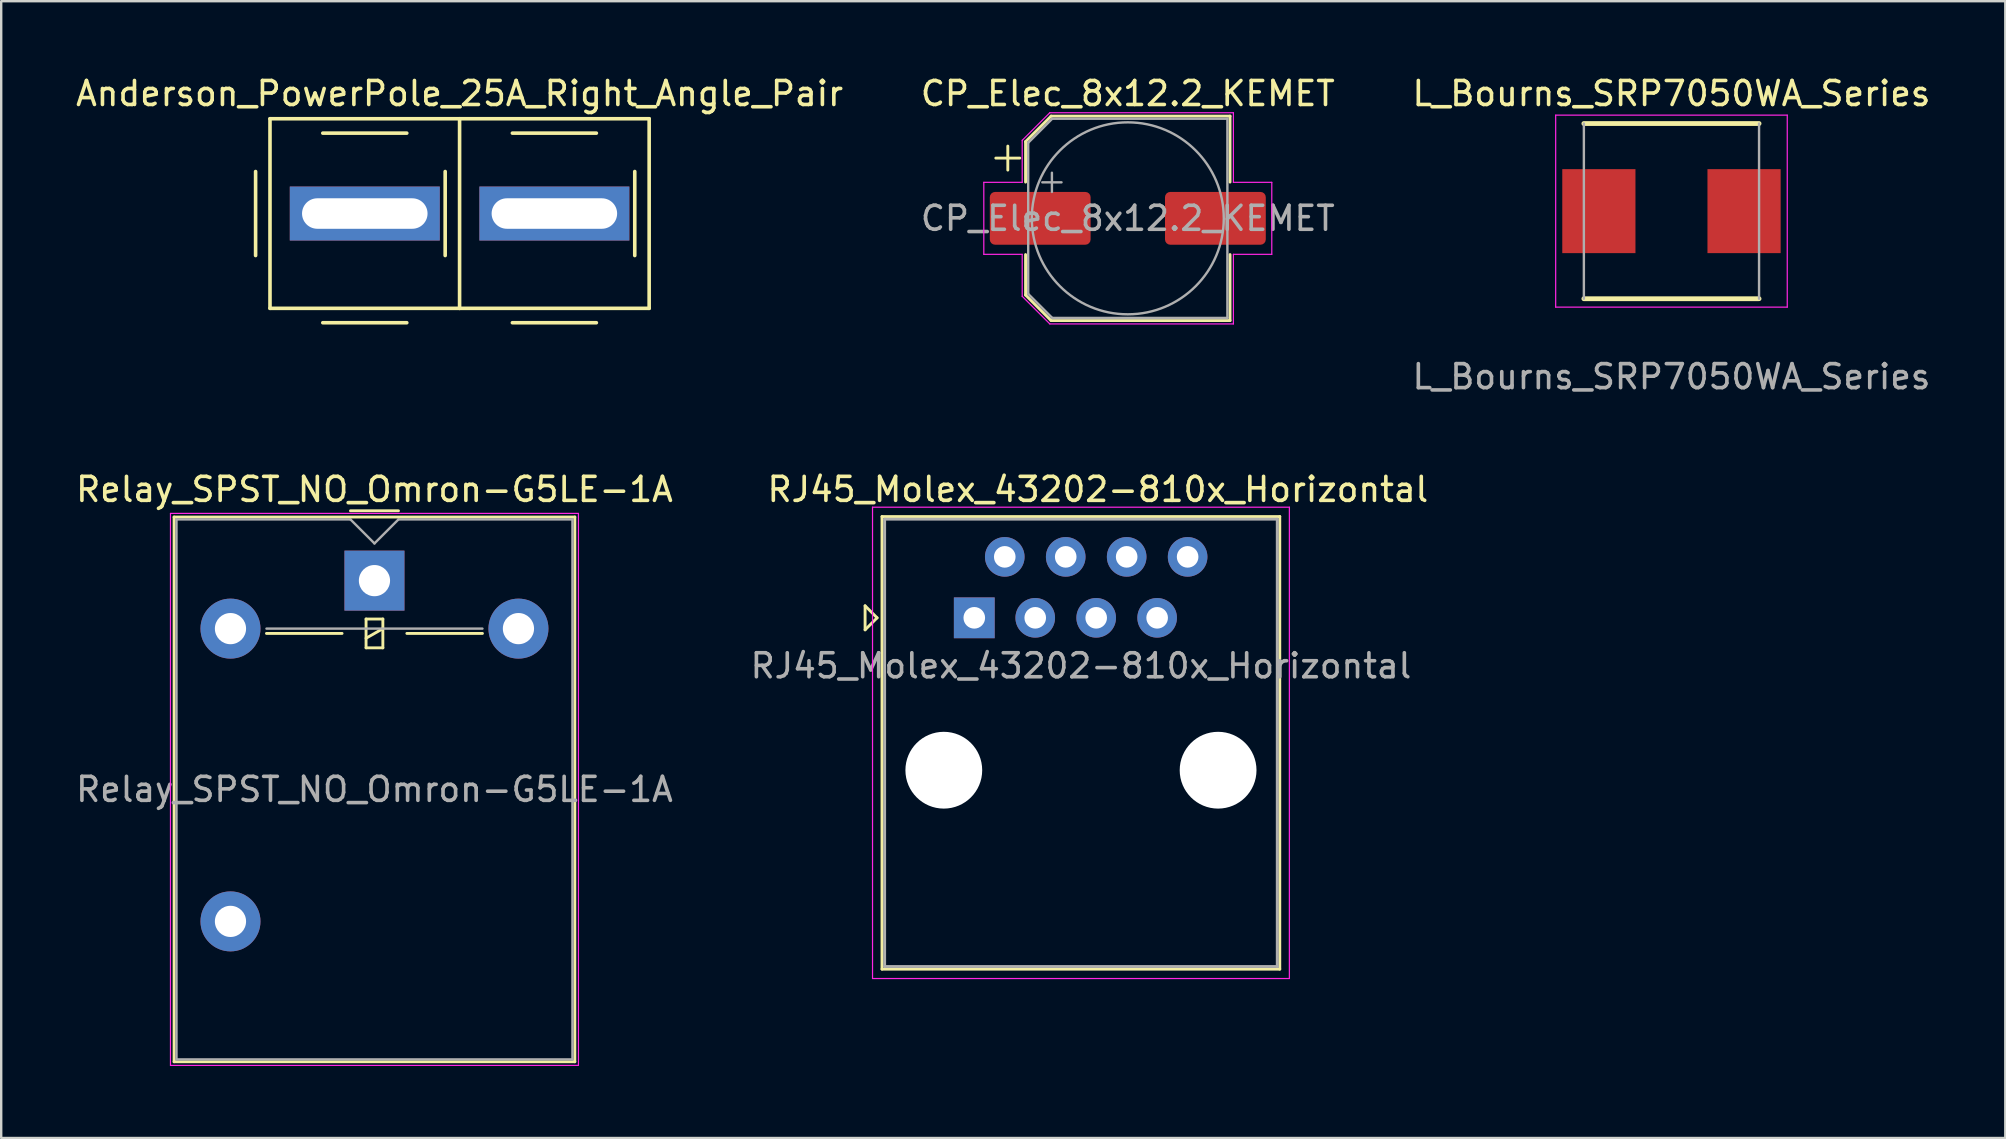
<source format=kicad_pcb>
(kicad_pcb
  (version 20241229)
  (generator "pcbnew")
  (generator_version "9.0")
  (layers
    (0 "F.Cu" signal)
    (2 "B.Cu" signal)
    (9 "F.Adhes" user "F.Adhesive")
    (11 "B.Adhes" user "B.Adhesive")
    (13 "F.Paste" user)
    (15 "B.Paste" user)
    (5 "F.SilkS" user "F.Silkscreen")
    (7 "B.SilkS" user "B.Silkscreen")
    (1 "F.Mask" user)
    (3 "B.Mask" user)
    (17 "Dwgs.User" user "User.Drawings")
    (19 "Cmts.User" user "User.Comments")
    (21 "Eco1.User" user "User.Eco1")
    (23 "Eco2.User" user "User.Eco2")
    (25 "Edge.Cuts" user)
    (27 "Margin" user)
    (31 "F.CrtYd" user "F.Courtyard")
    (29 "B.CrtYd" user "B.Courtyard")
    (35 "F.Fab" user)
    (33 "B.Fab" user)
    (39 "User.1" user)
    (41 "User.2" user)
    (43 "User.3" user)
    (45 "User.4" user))
  (footprint "L_Bourns_SRP7050WA_Series"
    (layer "F.Cu")
    (at 66.601 5.748)
    (property "Reference" "L_Bourns_SRP7050WA_Series" (at 0 -4.9 0) (layer "F.SilkS") (effects (font (size 1 1) (thickness 0.15))))
    (attr smd)
    (fp_line (start -3.65 3.65) (end 3.65 3.65) (stroke (width 0.2) (type solid)) (layer "F.SilkS"))
    (fp_line (start 3.65 -3.65) (end -3.65 -3.65) (stroke (width 0.2) (type solid)) (layer "F.SilkS"))
    (fp_line (start -4.825 -4) (end 4.825 -4) (stroke (width 0.05) (type solid)) (layer "F.CrtYd"))
    (fp_line (start -4.825 4) (end -4.825 -4) (stroke (width 0.05) (type solid)) (layer "F.CrtYd"))
    (fp_line (start 4.825 -4) (end 4.825 4) (stroke (width 0.05) (type solid)) (layer "F.CrtYd"))
    (fp_line (start 4.825 4) (end -4.825 4) (stroke (width 0.05) (type solid)) (layer "F.CrtYd"))
    (fp_line (start -3.65 3.65) (end -3.65 -3.65) (stroke (width 0.1) (type solid)) (layer "F.Fab"))
    (fp_line (start 3.65 -3.65) (end 3.65 3.65) (stroke (width 0.1) (type solid)) (layer "F.Fab"))
    (fp_text user "${REFERENCE}" (at 0 6.9 0) (layer "F.Fab") (effects (font (size 1 1) (thickness 0.15))))
    (pad "1" smd rect (at -3.025 0) (size 3.05 3.5) (layers "F.Cu" "F.Mask" "F.Paste"))
    (pad "2" smd rect (at 3.025 0) (size 3.05 3.5) (layers "F.Cu" "F.Mask" "F.Paste")))
  (footprint "Relay_SPST_NO_Omron-G5LE-1A"
    (layer "F.Cu")
    (at 12.554 21.145)
    (property "Reference" "Relay_SPST_NO_Omron-G5LE-1A" (at 0 -3.8 0) (layer "F.SilkS") (effects (font (size 1 1) (thickness 0.15))))
    (attr through_hole)
    (fp_line (start -8.35 -2.65) (end -8.35 20.05) (stroke (width 0.12) (type solid)) (layer "F.SilkS"))
    (fp_line (start -8.35 20.05) (end 8.35 20.05) (stroke (width 0.12) (type solid)) (layer "F.SilkS"))
    (fp_line (start -4.5 2.2) (end -1.35 2.2) (stroke (width 0.12) (type solid)) (layer "F.SilkS"))
    (fp_line (start -1 -2.91) (end 1 -2.91) (stroke (width 0.12) (type solid)) (layer "F.SilkS"))
    (fp_line (start -0.35 1.6) (end -0.35 2.8) (stroke (width 0.12) (type solid)) (layer "F.SilkS"))
    (fp_line (start -0.35 2.4) (end 0.35 2) (stroke (width 0.12) (type solid)) (layer "F.SilkS"))
    (fp_line (start -0.35 2.8) (end 0.35 2.8) (stroke (width 0.12) (type solid)) (layer "F.SilkS"))
    (fp_line (start 0.35 1.6) (end -0.35 1.6) (stroke (width 0.12) (type solid)) (layer "F.SilkS"))
    (fp_line (start 0.35 2.8) (end 0.35 1.6) (stroke (width 0.12) (type solid)) (layer "F.SilkS"))
    (fp_line (start 1.35 2.2) (end 4.5 2.2) (stroke (width 0.12) (type solid)) (layer "F.SilkS"))
    (fp_line (start 8.35 -2.65) (end -8.35 -2.65) (stroke (width 0.12) (type solid)) (layer "F.SilkS"))
    (fp_line (start 8.35 20.05) (end 8.35 -2.65) (stroke (width 0.12) (type solid)) (layer "F.SilkS"))
    (fp_line (start -8.5 -2.8) (end -8.5 20.2) (stroke (width 0.05) (type solid)) (layer "F.CrtYd"))
    (fp_line (start -8.5 20.2) (end 8.5 20.2) (stroke (width 0.05) (type solid)) (layer "F.CrtYd"))
    (fp_line (start 8.5 -2.8) (end -8.5 -2.8) (stroke (width 0.05) (type solid)) (layer "F.CrtYd"))
    (fp_line (start 8.5 20.2) (end 8.5 -2.8) (stroke (width 0.05) (type solid)) (layer "F.CrtYd"))
    (fp_line (start -8.25 -2.55) (end -1 -2.55) (stroke (width 0.1) (type solid)) (layer "F.Fab"))
    (fp_line (start -8.25 19.95) (end -8.25 -2.55) (stroke (width 0.1) (type solid)) (layer "F.Fab"))
    (fp_line (start -4.5 2) (end 4.5 2) (stroke (width 0.1) (type solid)) (layer "F.Fab"))
    (fp_line (start -1 -2.55) (end 0 -1.55) (stroke (width 0.1) (type solid)) (layer "F.Fab"))
    (fp_line (start 0 -1.55) (end 1 -2.55) (stroke (width 0.1) (type solid)) (layer "F.Fab"))
    (fp_line (start 1 -2.55) (end 8.25 -2.55) (stroke (width 0.1) (type solid)) (layer "F.Fab"))
    (fp_line (start 8.25 -2.55) (end 8.25 19.95) (stroke (width 0.1) (type solid)) (layer "F.Fab"))
    (fp_line (start 8.25 19.95) (end -8.25 19.95) (stroke (width 0.1) (type solid)) (layer "F.Fab"))
    (fp_text user "${REFERENCE}" (at 0 8.7 0) (layer "F.Fab") (effects (font (size 1 1) (thickness 0.15))))
    (pad "1" thru_hole rect (at 0 0) (size 2.5 2.5) (drill 1.3) (layers "*.Cu" "*.Mask"))
    (pad "2" thru_hole oval (at -6 2) (size 2.5 2.5) (drill 1.3) (layers "*.Cu" "*.Mask"))
    (pad "3" thru_hole oval (at -6 14.2) (size 2.5 2.5) (drill 1.3) (layers "*.Cu" "*.Mask"))
    (pad "5" thru_hole oval (at 6 2) (size 2.5 2.5) (drill 1.3) (layers "*.Cu" "*.Mask")))
  (footprint "Anderson_PowerPole_25A_Right_Angle_Pair"
    (layer "F.Cu")
    (at 16.101 5.848)
    (property "Reference" "Anderson_PowerPole_25A_Right_Angle_Pair" (at 0 -5 0) (layer "F.SilkS") (effects (font (size 1 1) (thickness 0.15))))
    (attr through_hole)
    (fp_line (start -8.5 -1.75) (end -8.5 1.75) (stroke (width 0.15) (type solid)) (layer "F.SilkS"))
    (fp_line (start -7.9 -3.95) (end -7.9 3.95) (stroke (width 0.15) (type solid)) (layer "F.SilkS"))
    (fp_line (start -7.9 -3.95) (end 0 -3.95) (stroke (width 0.15) (type solid)) (layer "F.SilkS"))
    (fp_line (start -7.9 3.95) (end 0 3.95) (stroke (width 0.15) (type solid)) (layer "F.SilkS"))
    (fp_line (start -5.7 -3.35) (end -2.2 -3.35) (stroke (width 0.15) (type solid)) (layer "F.SilkS"))
    (fp_line (start -5.7 4.55) (end -2.2 4.55) (stroke (width 0.15) (type solid)) (layer "F.SilkS"))
    (fp_line (start -0.6 -1.75) (end -0.6 1.75) (stroke (width 0.15) (type solid)) (layer "F.SilkS"))
    (fp_line (start 0 -3.95) (end 0 3.95) (stroke (width 0.15) (type solid)) (layer "F.SilkS"))
    (fp_line (start 0 -3.95) (end 7.9 -3.95) (stroke (width 0.15) (type solid)) (layer "F.SilkS"))
    (fp_line (start 0 3.95) (end 7.9 3.95) (stroke (width 0.15) (type solid)) (layer "F.SilkS"))
    (fp_line (start 2.2 -3.35) (end 5.7 -3.35) (stroke (width 0.15) (type solid)) (layer "F.SilkS"))
    (fp_line (start 2.2 4.55) (end 5.7 4.55) (stroke (width 0.15) (type solid)) (layer "F.SilkS"))
    (fp_line (start 7.3 -1.75) (end 7.3 1.75) (stroke (width 0.15) (type solid)) (layer "F.SilkS"))
    (fp_line (start 7.9 -3.95) (end 7.9 3.95) (stroke (width 0.15) (type solid)) (layer "F.SilkS"))
    (pad "1" thru_hole rect (at -3.95 0) (size 6.25 2.25) (drill oval 5.23 1.27) (layers "*.Cu" "*.Mask"))
    (pad "2" thru_hole rect (at 3.95 0) (size 6.25 2.25) (drill oval 5.23 1.27) (layers "*.Cu" "*.Mask")))
  (footprint "RJ45_Molex_43202-810x_Horizontal"
    (layer "F.Cu")
    (at 37.549 22.695)
    (property "Reference" "RJ45_Molex_43202-810x_Horizontal" (at 5.15 -5.35 0) (layer "F.SilkS") (effects (font (size 1 1) (thickness 0.15))))
    (attr through_hole)
    (fp_line (start -4.55 -0.5) (end -4.55 0.5) (stroke (width 0.12) (type solid)) (layer "F.SilkS"))
    (fp_line (start -4.55 0.5) (end -4.05 0) (stroke (width 0.12) (type solid)) (layer "F.SilkS"))
    (fp_line (start -4.05 0) (end -4.55 -0.5) (stroke (width 0.12) (type solid)) (layer "F.SilkS"))
    (fp_line (start -3.845 -4.22) (end -3.845 14.64) (stroke (width 0.12) (type solid)) (layer "F.SilkS"))
    (fp_line (start -3.845 14.64) (end 12.73 14.64) (stroke (width 0.12) (type solid)) (layer "F.SilkS"))
    (fp_line (start 12.73 -4.22) (end -3.845 -4.22) (stroke (width 0.12) (type solid)) (layer "F.SilkS"))
    (fp_line (start 12.73 -4.22) (end 12.73 14.64) (stroke (width 0.12) (type solid)) (layer "F.SilkS"))
    (fp_line (start -4.24 -4.61) (end -4.24 15.03) (stroke (width 0.05) (type solid)) (layer "F.CrtYd"))
    (fp_line (start -4.24 -4.61) (end 13.13 -4.61) (stroke (width 0.05) (type solid)) (layer "F.CrtYd"))
    (fp_line (start 13.13 15.03) (end -4.24 15.03) (stroke (width 0.05) (type solid)) (layer "F.CrtYd"))
    (fp_line (start 13.13 15.03) (end 13.13 -4.61) (stroke (width 0.05) (type solid)) (layer "F.CrtYd"))
    (fp_line (start -3.735 -4.11) (end 12.625 -4.11) (stroke (width 0.12) (type solid)) (layer "F.Fab"))
    (fp_line (start -3.735 14.53) (end -3.735 -4.11) (stroke (width 0.12) (type solid)) (layer "F.Fab"))
    (fp_line (start 12.625 -4.11) (end 12.625 14.53) (stroke (width 0.12) (type solid)) (layer "F.Fab"))
    (fp_line (start 12.625 14.53) (end -3.735 14.53) (stroke (width 0.12) (type solid)) (layer "F.Fab"))
    (fp_text user "${REFERENCE}" (at 4.445 2 0) (layer "F.Fab") (effects (font (size 1 1) (thickness 0.15))))
    (pad "" np_thru_hole circle (at -1.27 6.35) (size 3.2 3.2) (drill 3.2) (layers "*.Cu" "*.Mask"))
    (pad "" np_thru_hole circle (at 10.16 6.35) (size 3.2 3.2) (drill 3.2) (layers "*.Cu" "*.Mask"))
    (pad "1" thru_hole rect (at 0 0) (size 1.7 1.7) (drill 0.9) (layers "*.Cu" "*.Mask"))
    (pad "2" thru_hole circle (at 1.27 -2.54) (size 1.65 1.65) (drill 0.9) (layers "*.Cu" "*.Mask"))
    (pad "3" thru_hole circle (at 2.54 0) (size 1.65 1.65) (drill 0.9) (layers "*.Cu" "*.Mask"))
    (pad "4" thru_hole circle (at 3.81 -2.54) (size 1.65 1.65) (drill 0.9) (layers "*.Cu" "*.Mask"))
    (pad "5" thru_hole circle (at 5.08 0) (size 1.65 1.65) (drill 0.9) (layers "*.Cu" "*.Mask"))
    (pad "6" thru_hole circle (at 6.35 -2.54) (size 1.65 1.65) (drill 0.9) (layers "*.Cu" "*.Mask"))
    (pad "7" thru_hole circle (at 7.62 0) (size 1.65 1.65) (drill 0.9) (layers "*.Cu" "*.Mask"))
    (pad "8" thru_hole circle (at 8.89 -2.54) (size 1.65 1.65) (drill 0.9) (layers "*.Cu" "*.Mask")))
  (footprint "CP_Elec_8x12.2_KEMET"
    (layer "F.Cu")
    (at 43.946 6.048)
    (property "Reference" "CP_Elec_8x12.2_KEMET" (at 0 -5.2 0) (layer "F.SilkS") (effects (font (size 1 1) (thickness 0.15))))
    (attr smd)
    (fp_line (start -5.5 -2.51) (end -4.5 -2.51) (stroke (width 0.12) (type solid)) (layer "F.SilkS"))
    (fp_line (start -5 -3.01) (end -5 -2.01) (stroke (width 0.12) (type solid)) (layer "F.SilkS"))
    (fp_line (start -4.26 -3.196) (end -4.26 -1.51) (stroke (width 0.12) (type solid)) (layer "F.SilkS"))
    (fp_line (start -4.26 -3.196) (end -3.196 -4.26) (stroke (width 0.12) (type solid)) (layer "F.SilkS"))
    (fp_line (start -4.26 3.196) (end -4.26 1.51) (stroke (width 0.12) (type solid)) (layer "F.SilkS"))
    (fp_line (start -4.26 3.196) (end -3.196 4.26) (stroke (width 0.12) (type solid)) (layer "F.SilkS"))
    (fp_line (start -3.196 -4.26) (end 4.26 -4.26) (stroke (width 0.12) (type solid)) (layer "F.SilkS"))
    (fp_line (start -3.196 4.26) (end 4.26 4.26) (stroke (width 0.12) (type solid)) (layer "F.SilkS"))
    (fp_line (start 4.26 -4.26) (end 4.26 -1.51) (stroke (width 0.12) (type solid)) (layer "F.SilkS"))
    (fp_line (start 4.26 4.26) (end 4.26 1.51) (stroke (width 0.12) (type solid)) (layer "F.SilkS"))
    (fp_line (start -6 -1.5) (end -6 1.5) (stroke (width 0.05) (type solid)) (layer "F.CrtYd"))
    (fp_line (start -6 1.5) (end -4.4 1.5) (stroke (width 0.05) (type solid)) (layer "F.CrtYd"))
    (fp_line (start -4.4 -3.25) (end -4.4 -1.5) (stroke (width 0.05) (type solid)) (layer "F.CrtYd"))
    (fp_line (start -4.4 -3.25) (end -3.25 -4.4) (stroke (width 0.05) (type solid)) (layer "F.CrtYd"))
    (fp_line (start -4.4 -1.5) (end -6 -1.5) (stroke (width 0.05) (type solid)) (layer "F.CrtYd"))
    (fp_line (start -4.4 1.5) (end -4.4 3.25) (stroke (width 0.05) (type solid)) (layer "F.CrtYd"))
    (fp_line (start -4.4 3.25) (end -3.25 4.4) (stroke (width 0.05) (type solid)) (layer "F.CrtYd"))
    (fp_line (start -3.25 -4.4) (end 4.4 -4.4) (stroke (width 0.05) (type solid)) (layer "F.CrtYd"))
    (fp_line (start -3.25 4.4) (end 4.4 4.4) (stroke (width 0.05) (type solid)) (layer "F.CrtYd"))
    (fp_line (start 4.4 -4.4) (end 4.4 -1.5) (stroke (width 0.05) (type solid)) (layer "F.CrtYd"))
    (fp_line (start 4.4 -1.5) (end 6 -1.5) (stroke (width 0.05) (type solid)) (layer "F.CrtYd"))
    (fp_line (start 4.4 1.5) (end 4.4 4.4) (stroke (width 0.05) (type solid)) (layer "F.CrtYd"))
    (fp_line (start 6 -1.5) (end 6 1.5) (stroke (width 0.05) (type solid)) (layer "F.CrtYd"))
    (fp_line (start 6 1.5) (end 4.4 1.5) (stroke (width 0.05) (type solid)) (layer "F.CrtYd"))
    (fp_line (start -4.15 -3.15) (end -4.15 3.15) (stroke (width 0.1) (type solid)) (layer "F.Fab"))
    (fp_line (start -4.15 -3.15) (end -3.15 -4.15) (stroke (width 0.1) (type solid)) (layer "F.Fab"))
    (fp_line (start -4.15 3.15) (end -3.15 4.15) (stroke (width 0.1) (type solid)) (layer "F.Fab"))
    (fp_line (start -3.562 -1.5) (end -2.762 -1.5) (stroke (width 0.1) (type solid)) (layer "F.Fab"))
    (fp_line (start -3.162 -1.9) (end -3.162 -1.1) (stroke (width 0.1) (type solid)) (layer "F.Fab"))
    (fp_line (start -3.15 -4.15) (end 4.15 -4.15) (stroke (width 0.1) (type solid)) (layer "F.Fab"))
    (fp_line (start -3.15 4.15) (end 4.15 4.15) (stroke (width 0.1) (type solid)) (layer "F.Fab"))
    (fp_line (start 4.15 -4.15) (end 4.15 4.15) (stroke (width 0.1) (type solid)) (layer "F.Fab"))
    (fp_circle (center 0 0) (end 4 0) (stroke (width 0.1) (type solid)) (fill no) (layer "F.Fab"))
    (fp_text user "${REFERENCE}" (at 0 0 0) (layer "F.Fab") (effects (font (size 1 1) (thickness 0.15))))
    (pad "1" smd roundrect (at -3.65 0) (size 4.2 2.2) (layers "F.Cu" "F.Mask" "F.Paste") (roundrect_rratio 0.1))
    (pad "2" smd roundrect (at 3.65 0) (size 4.2 2.2) (layers "F.Cu" "F.Mask" "F.Paste") (roundrect_rratio 0.1)))
  (gr_rect
    (start -3 -3)
    (end 80.512 44.37)
    (stroke (width 0.1) (type default))
    (fill no)
    (layer "Edge.Cuts")))
</source>
